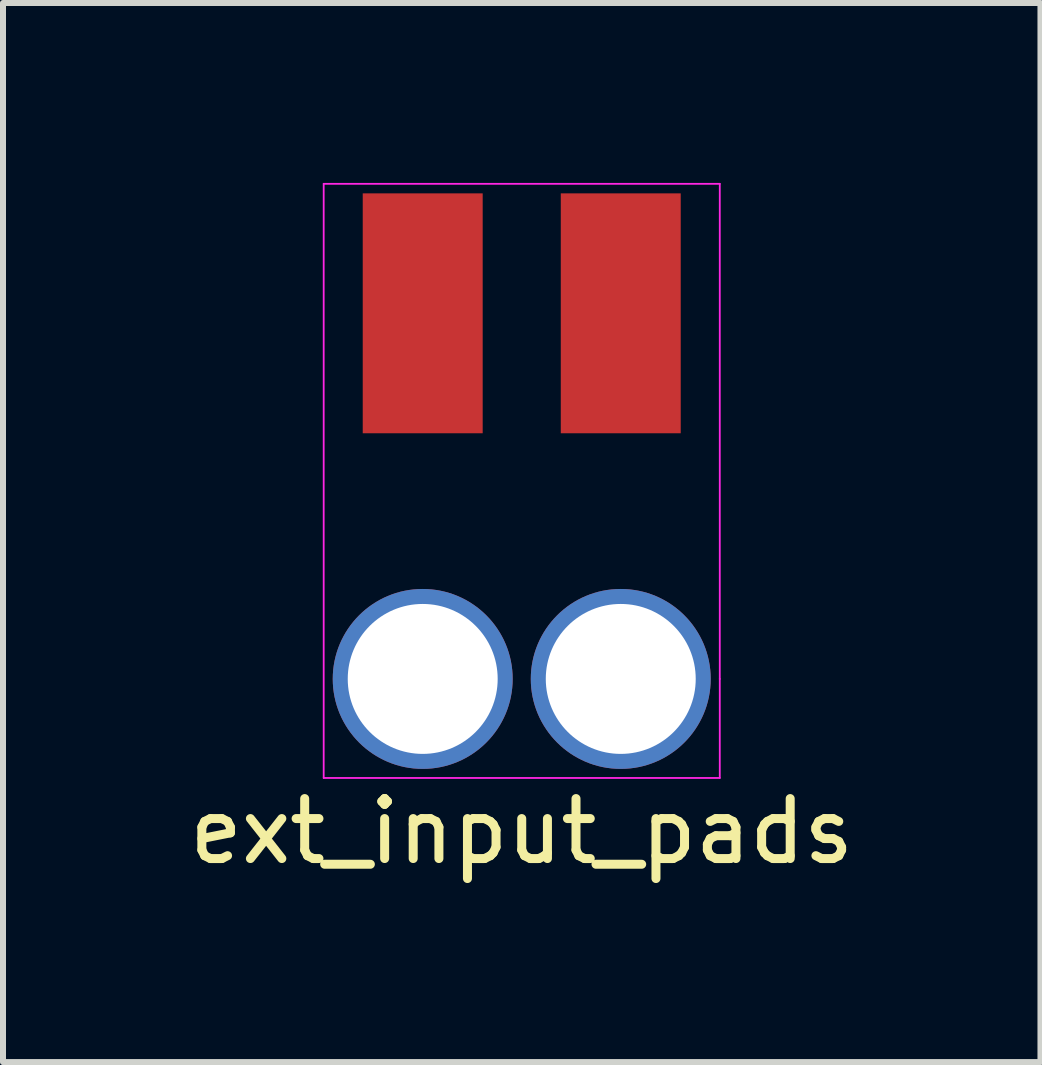
<source format=kicad_pcb>
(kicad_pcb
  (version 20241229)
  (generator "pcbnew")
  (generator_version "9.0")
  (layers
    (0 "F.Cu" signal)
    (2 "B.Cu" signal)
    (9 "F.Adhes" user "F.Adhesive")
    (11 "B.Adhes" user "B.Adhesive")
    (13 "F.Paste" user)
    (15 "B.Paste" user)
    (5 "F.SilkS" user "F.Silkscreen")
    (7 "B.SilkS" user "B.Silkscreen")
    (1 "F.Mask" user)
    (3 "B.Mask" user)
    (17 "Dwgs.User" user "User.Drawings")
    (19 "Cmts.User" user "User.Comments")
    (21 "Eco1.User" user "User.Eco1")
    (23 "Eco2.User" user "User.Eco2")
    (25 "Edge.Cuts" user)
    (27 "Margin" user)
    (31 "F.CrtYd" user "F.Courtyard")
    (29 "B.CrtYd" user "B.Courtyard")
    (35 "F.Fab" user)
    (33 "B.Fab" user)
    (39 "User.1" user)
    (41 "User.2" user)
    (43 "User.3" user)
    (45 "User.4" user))
  (footprint "ext_input_pads"
    (layer "F.Cu")
    (at 5.649 4.206)
    (property "Reference" "ext_input_pads" (at 0 6.604 0) (layer "F.SilkS") (effects (font (size 1 1) (thickness 0.15))))
    (attr through_hole)
    (fp_line (start -3.302 -4.191) (end -3.302 5.715) (stroke (width 0.03) (type solid)) (layer "F.CrtYd"))
    (fp_line (start -3.302 5.715) (end 3.302 5.715) (stroke (width 0.03) (type solid)) (layer "F.CrtYd"))
    (fp_line (start 3.302 -4.191) (end -3.302 -4.191) (stroke (width 0.03) (type solid)) (layer "F.CrtYd"))
    (fp_line (start 3.302 4.064) (end 3.302 -4.191) (stroke (width 0.03) (type solid)) (layer "F.CrtYd"))
    (fp_line (start 3.302 5.715) (end 3.302 4.064) (stroke (width 0.03) (type solid)) (layer "F.CrtYd"))
    (pad "" np_thru_hole circle (at -1.651 4.064 90) (size 3 3) (drill 2.5) (layers "*.Cu" "*.Mask"))
    (pad "" np_thru_hole circle (at 1.651 4.064 90) (size 3 3) (drill 2.5) (layers "*.Cu" "*.Mask"))
    (pad "1" smd rect (at -1.651 -2.032 90) (size 4 2) (layers "F.Cu" "F.Mask" "F.Paste"))
    (pad "2" smd rect (at 1.651 -2.032 90) (size 4 2) (layers "F.Cu" "F.Mask" "F.Paste")))
  (gr_rect
    (start -3 -3)
    (end 14.298 14.658)
    (stroke (width 0.1) (type default))
    (fill no)
    (layer "Edge.Cuts")))
</source>
